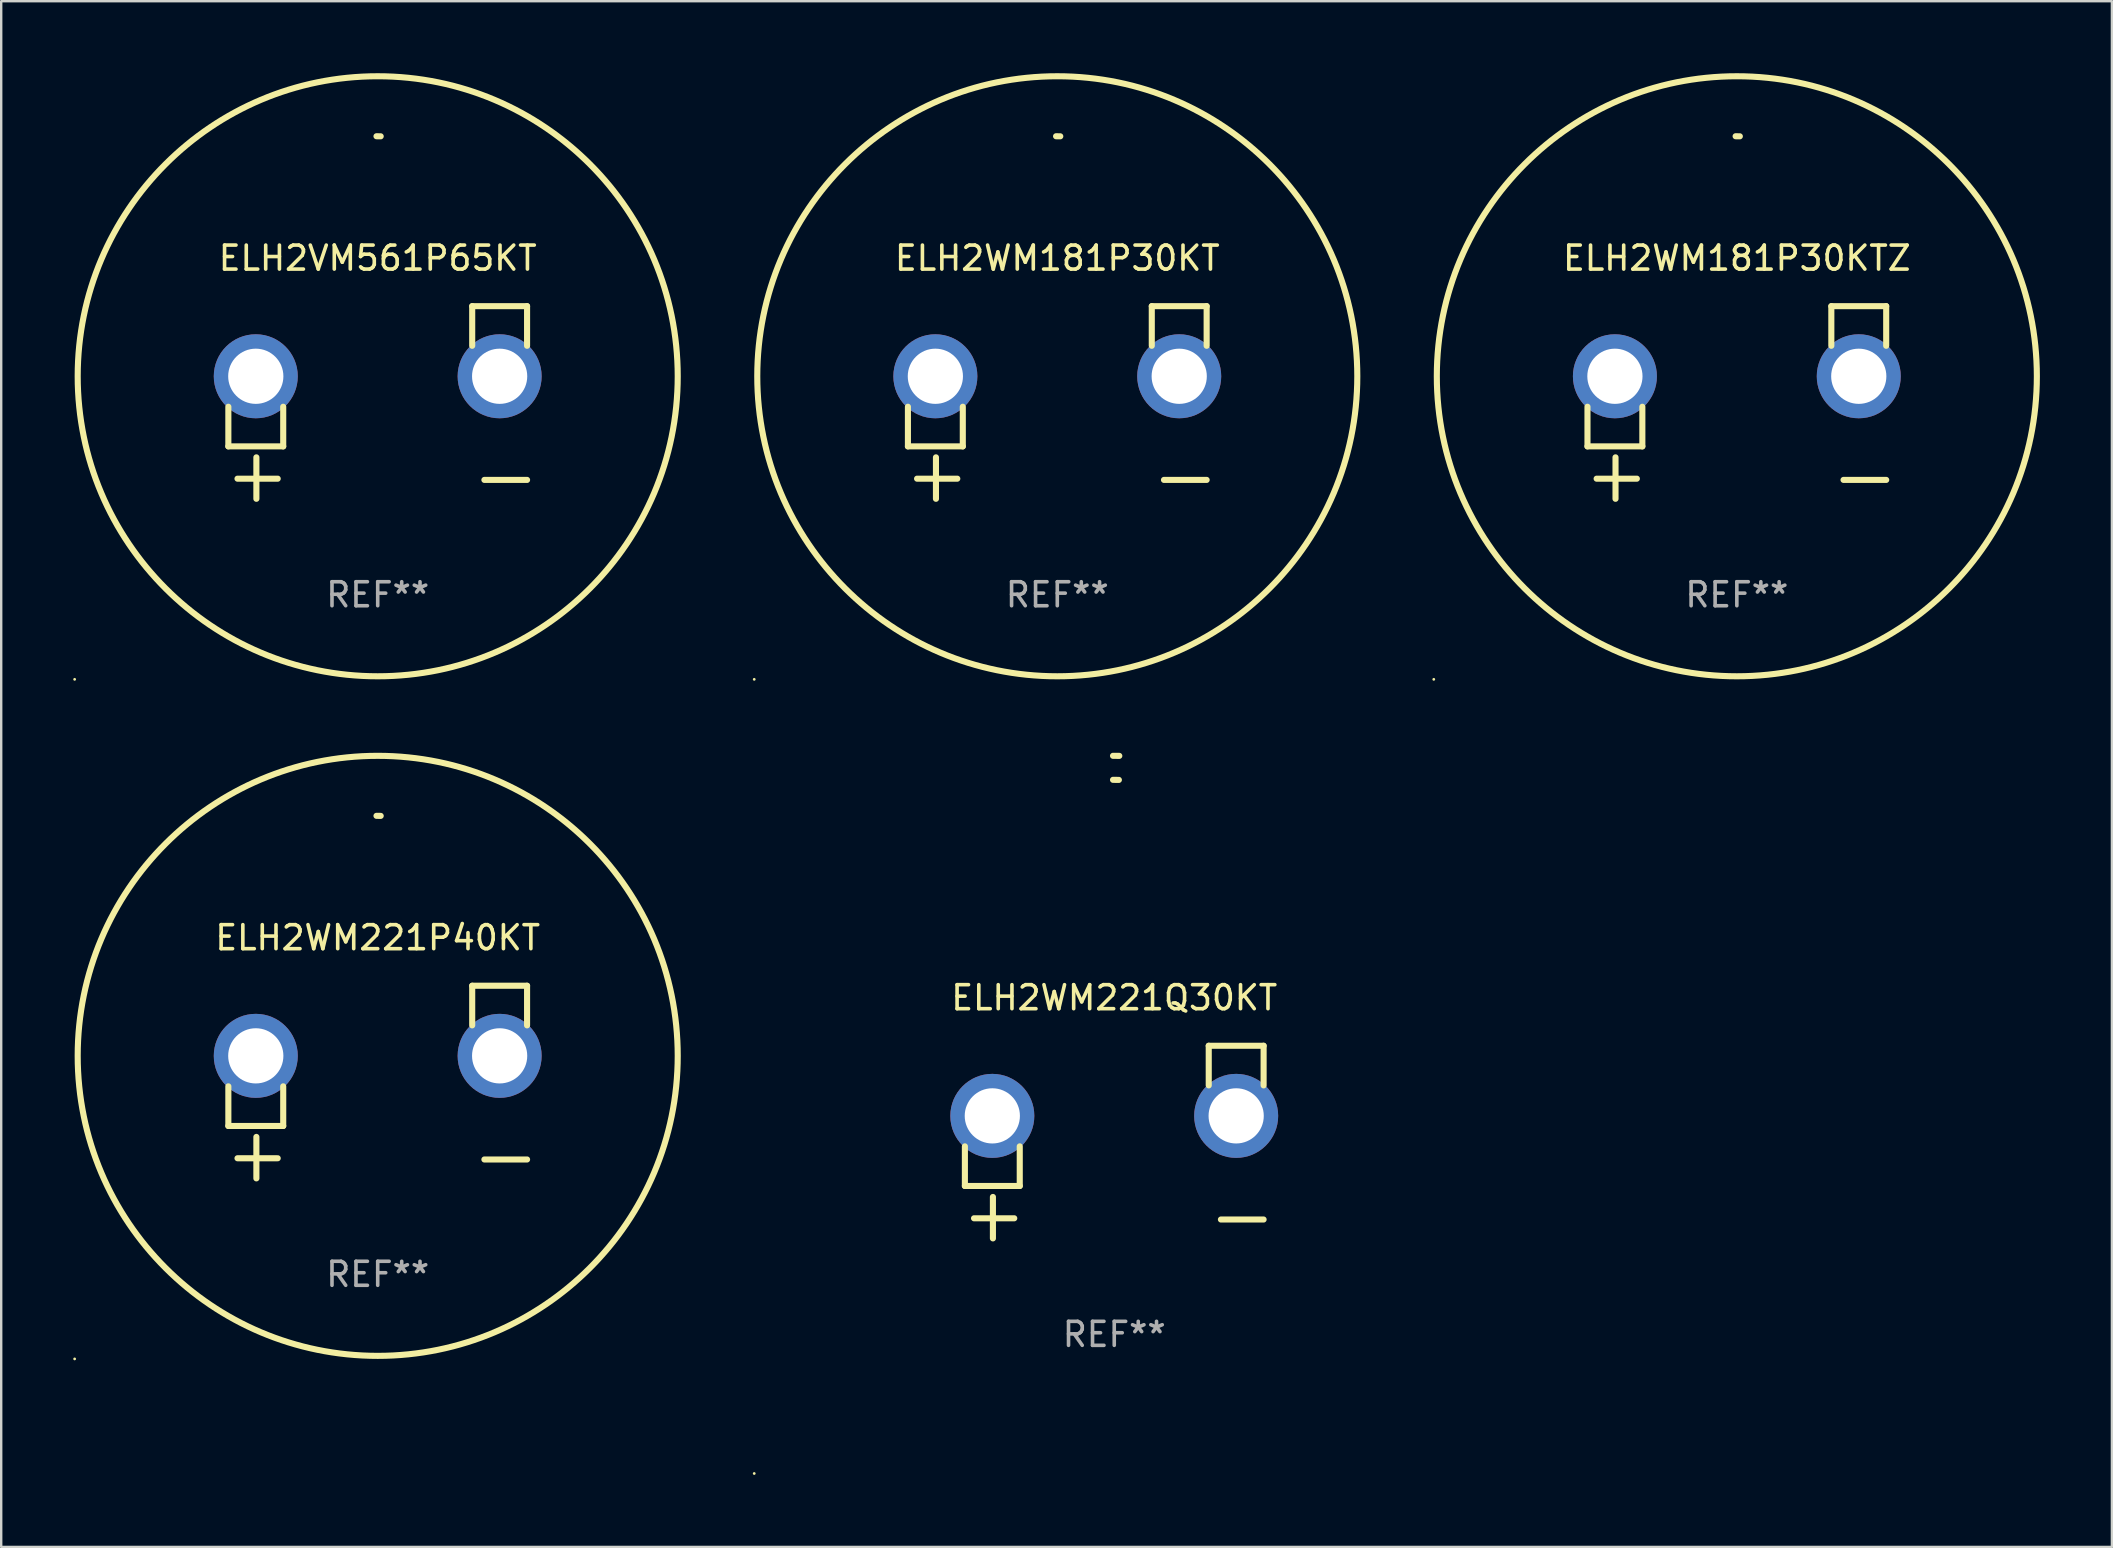
<source format=kicad_pcb>
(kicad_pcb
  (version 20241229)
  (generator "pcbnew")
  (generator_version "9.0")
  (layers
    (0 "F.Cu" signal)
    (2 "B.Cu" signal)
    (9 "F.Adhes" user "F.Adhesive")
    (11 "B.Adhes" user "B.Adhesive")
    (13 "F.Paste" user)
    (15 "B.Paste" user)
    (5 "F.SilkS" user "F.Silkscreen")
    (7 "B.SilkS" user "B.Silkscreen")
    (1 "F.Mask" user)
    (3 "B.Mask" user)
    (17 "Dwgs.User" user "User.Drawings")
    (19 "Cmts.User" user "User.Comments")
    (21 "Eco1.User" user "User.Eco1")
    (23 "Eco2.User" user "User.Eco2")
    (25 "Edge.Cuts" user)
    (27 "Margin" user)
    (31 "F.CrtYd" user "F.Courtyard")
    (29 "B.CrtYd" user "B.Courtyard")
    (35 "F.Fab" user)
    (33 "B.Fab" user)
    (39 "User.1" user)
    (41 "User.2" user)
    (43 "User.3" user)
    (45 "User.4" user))
  (footprint "ELH2WM221P40KT"
    (layer "F.Cu")
    (at 12.687 42.033)
    (property "Reference" "ELH2WM221P40KT" (at 0 -6.013 0) (layer "F.SilkS") (effects (font (size 1 1) (thickness 0.15))))
    (attr through_hole)
    (fp_line (start -6.223 0.178) (end -6.223 1.829) (stroke (width 0.254) (type solid)) (layer "F.SilkS"))
    (fp_line (start -6.223 1.829) (end -3.937 1.829) (stroke (width 0.254) (type solid)) (layer "F.SilkS"))
    (fp_line (start -5.055 4.013) (end -5.055 2.286) (stroke (width 0.254) (type solid)) (layer "F.SilkS"))
    (fp_line (start -4.166 3.175) (end -5.842 3.175) (stroke (width 0.254) (type solid)) (layer "F.SilkS"))
    (fp_line (start -3.937 1.829) (end -3.937 0.178) (stroke (width 0.254) (type solid)) (layer "F.SilkS"))
    (fp_line (start 3.937 -4.013) (end 3.937 -2.362) (stroke (width 0.254) (type solid)) (layer "F.SilkS"))
    (fp_line (start 6.223 -4.013) (end 3.937 -4.013) (stroke (width 0.254) (type solid)) (layer "F.SilkS"))
    (fp_line (start 6.223 -2.362) (end 6.223 -4.013) (stroke (width 0.254) (type solid)) (layer "F.SilkS"))
    (fp_line (start 6.223 3.226) (end 4.445 3.226) (stroke (width 0.254) (type solid)) (layer "F.SilkS"))
    (fp_arc (start -0.0508 -11.092202) (mid 0.036835 -11.091307) (end 0.12446 -11.089662) (stroke (width 0.254001) (type solid)) (layer "F.SilkS"))
    (fp_circle (center -12.627 11.535) (end -12.597 11.535) (stroke (width 0.06) (type solid)) (fill no) (layer "F.SilkS"))
    (fp_circle (center 0 -1.092) (end 12.5 -1.092) (stroke (width 0.254) (type solid)) (fill no) (layer "F.SilkS"))
    (fp_text user "REF**" (at 0 8.013 0) (layer "F.Fab") (effects (font (size 1 1) (thickness 0.15))))
    (pad "1" thru_hole circle (at -5.08 -1.092) (size 3.5 3.5) (drill 2.3) (layers "*.Cu" "*.Mask"))
    (pad "2" thru_hole circle (at 5.08 -1.092) (size 3.5 3.5) (drill 2.3) (layers "*.Cu" "*.Mask")))
  (footprint "ELH2WM181P30KT"
    (layer "F.Cu")
    (at 41.001 13.719)
    (property "Reference" "ELH2WM181P30KT" (at 0 -6.013 0) (layer "F.SilkS") (effects (font (size 1 1) (thickness 0.15))))
    (attr through_hole)
    (fp_line (start -6.223 0.178) (end -6.223 1.829) (stroke (width 0.254) (type solid)) (layer "F.SilkS"))
    (fp_line (start -6.223 1.829) (end -3.937 1.829) (stroke (width 0.254) (type solid)) (layer "F.SilkS"))
    (fp_line (start -5.055 4.013) (end -5.055 2.286) (stroke (width 0.254) (type solid)) (layer "F.SilkS"))
    (fp_line (start -4.166 3.175) (end -5.842 3.175) (stroke (width 0.254) (type solid)) (layer "F.SilkS"))
    (fp_line (start -3.937 1.829) (end -3.937 0.178) (stroke (width 0.254) (type solid)) (layer "F.SilkS"))
    (fp_line (start 3.937 -4.013) (end 3.937 -2.362) (stroke (width 0.254) (type solid)) (layer "F.SilkS"))
    (fp_line (start 6.223 -4.013) (end 3.937 -4.013) (stroke (width 0.254) (type solid)) (layer "F.SilkS"))
    (fp_line (start 6.223 -2.362) (end 6.223 -4.013) (stroke (width 0.254) (type solid)) (layer "F.SilkS"))
    (fp_line (start 6.223 3.226) (end 4.445 3.226) (stroke (width 0.254) (type solid)) (layer "F.SilkS"))
    (fp_arc (start -0.0508 -11.092202) (mid 0.036835 -11.091307) (end 0.12446 -11.089662) (stroke (width 0.254001) (type solid)) (layer "F.SilkS"))
    (fp_circle (center -12.627 11.535) (end -12.597 11.535) (stroke (width 0.06) (type solid)) (fill no) (layer "F.SilkS"))
    (fp_circle (center 0 -1.092) (end 12.5 -1.092) (stroke (width 0.254) (type solid)) (fill no) (layer "F.SilkS"))
    (fp_text user "REF**" (at 0 8.013 0) (layer "F.Fab") (effects (font (size 1 1) (thickness 0.15))))
    (pad "1" thru_hole circle (at -5.08 -1.092) (size 3.5 3.5) (drill 2.3) (layers "*.Cu" "*.Mask"))
    (pad "2" thru_hole circle (at 5.08 -1.092) (size 3.5 3.5) (drill 2.3) (layers "*.Cu" "*.Mask")))
  (footprint "ELH2WM181P30KTZ"
    (layer "F.Cu")
    (at 69.314 13.719)
    (property "Reference" "ELH2WM181P30KTZ" (at 0 -6.013 0) (layer "F.SilkS") (effects (font (size 1 1) (thickness 0.15))))
    (attr through_hole)
    (fp_line (start -6.223 0.178) (end -6.223 1.829) (stroke (width 0.254) (type solid)) (layer "F.SilkS"))
    (fp_line (start -6.223 1.829) (end -3.937 1.829) (stroke (width 0.254) (type solid)) (layer "F.SilkS"))
    (fp_line (start -5.055 4.013) (end -5.055 2.286) (stroke (width 0.254) (type solid)) (layer "F.SilkS"))
    (fp_line (start -4.166 3.175) (end -5.842 3.175) (stroke (width 0.254) (type solid)) (layer "F.SilkS"))
    (fp_line (start -3.937 1.829) (end -3.937 0.178) (stroke (width 0.254) (type solid)) (layer "F.SilkS"))
    (fp_line (start 3.937 -4.013) (end 3.937 -2.362) (stroke (width 0.254) (type solid)) (layer "F.SilkS"))
    (fp_line (start 6.223 -4.013) (end 3.937 -4.013) (stroke (width 0.254) (type solid)) (layer "F.SilkS"))
    (fp_line (start 6.223 -2.362) (end 6.223 -4.013) (stroke (width 0.254) (type solid)) (layer "F.SilkS"))
    (fp_line (start 6.223 3.226) (end 4.445 3.226) (stroke (width 0.254) (type solid)) (layer "F.SilkS"))
    (fp_arc (start -0.0508 -11.092202) (mid 0.036835 -11.091307) (end 0.12446 -11.089662) (stroke (width 0.254001) (type solid)) (layer "F.SilkS"))
    (fp_circle (center -12.627 11.535) (end -12.597 11.535) (stroke (width 0.06) (type solid)) (fill no) (layer "F.SilkS"))
    (fp_circle (center 0 -1.092) (end 12.5 -1.092) (stroke (width 0.254) (type solid)) (fill no) (layer "F.SilkS"))
    (fp_text user "REF**" (at 0 8.013 0) (layer "F.Fab") (effects (font (size 1 1) (thickness 0.15))))
    (pad "1" thru_hole circle (at -5.08 -1.092) (size 3.5 3.5) (drill 2.3) (layers "*.Cu" "*.Mask"))
    (pad "2" thru_hole circle (at 5.08 -1.092) (size 3.5 3.5) (drill 2.3) (layers "*.Cu" "*.Mask")))
  (footprint "ELH2WM221Q30KT"
    (layer "F.Cu")
    (at 43.374 44.534)
    (property "Reference" "ELH2WM221Q30KT" (at 0 -6.013 0) (layer "F.SilkS") (effects (font (size 1 1) (thickness 0.15))))
    (attr through_hole)
    (fp_line (start -6.223 0.178) (end -6.223 1.829) (stroke (width 0.254) (type solid)) (layer "F.SilkS"))
    (fp_line (start -6.223 1.829) (end -3.937 1.829) (stroke (width 0.254) (type solid)) (layer "F.SilkS"))
    (fp_line (start -5.055 4.013) (end -5.055 2.286) (stroke (width 0.254) (type solid)) (layer "F.SilkS"))
    (fp_line (start -4.166 3.175) (end -5.842 3.175) (stroke (width 0.254) (type solid)) (layer "F.SilkS"))
    (fp_line (start -3.937 1.829) (end -3.937 0.178) (stroke (width 0.254) (type solid)) (layer "F.SilkS"))
    (fp_line (start 3.937 -4.013) (end 3.937 -2.362) (stroke (width 0.254) (type solid)) (layer "F.SilkS"))
    (fp_line (start 6.223 -4.013) (end 3.937 -4.013) (stroke (width 0.254) (type solid)) (layer "F.SilkS"))
    (fp_line (start 6.223 -2.362) (end 6.223 -4.013) (stroke (width 0.254) (type solid)) (layer "F.SilkS"))
    (fp_line (start 6.223 3.226) (end 4.445 3.226) (stroke (width 0.254) (type solid)) (layer "F.SilkS"))
    (fp_arc (start -0.0508 -16.093472) (mid 0.080016 -16.092762) (end 0.210821 -16.090932) (stroke (width 0.254001) (type solid)) (layer "F.SilkS"))
    (fp_arc (start -0.0508 -15.09271) (mid 0.071125 -15.091961) (end 0.19304 -15.09017) (stroke (width 0.254001) (type solid)) (layer "F.SilkS"))
    (fp_circle (center -15 13.808) (end -14.97 13.808) (stroke (width 0.06) (type solid)) (fill no) (layer "F.SilkS"))
    (fp_text user "REF**" (at 0 8.013 0) (layer "F.Fab") (effects (font (size 1 1) (thickness 0.15))))
    (pad "1" thru_hole circle (at -5.08 -1.092) (size 3.5 3.5) (drill 2.3) (layers "*.Cu" "*.Mask"))
    (pad "2" thru_hole circle (at 5.08 -1.092) (size 3.5 3.5) (drill 2.3) (layers "*.Cu" "*.Mask")))
  (footprint "ELH2VM561P65KT"
    (layer "F.Cu")
    (at 12.687 13.719)
    (property "Reference" "ELH2VM561P65KT" (at 0 -6.013 0) (layer "F.SilkS") (effects (font (size 1 1) (thickness 0.15))))
    (attr through_hole)
    (fp_line (start -6.223 0.178) (end -6.223 1.829) (stroke (width 0.254) (type solid)) (layer "F.SilkS"))
    (fp_line (start -6.223 1.829) (end -3.937 1.829) (stroke (width 0.254) (type solid)) (layer "F.SilkS"))
    (fp_line (start -5.055 4.013) (end -5.055 2.286) (stroke (width 0.254) (type solid)) (layer "F.SilkS"))
    (fp_line (start -4.166 3.175) (end -5.842 3.175) (stroke (width 0.254) (type solid)) (layer "F.SilkS"))
    (fp_line (start -3.937 1.829) (end -3.937 0.178) (stroke (width 0.254) (type solid)) (layer "F.SilkS"))
    (fp_line (start 3.937 -4.013) (end 3.937 -2.362) (stroke (width 0.254) (type solid)) (layer "F.SilkS"))
    (fp_line (start 6.223 -4.013) (end 3.937 -4.013) (stroke (width 0.254) (type solid)) (layer "F.SilkS"))
    (fp_line (start 6.223 -2.362) (end 6.223 -4.013) (stroke (width 0.254) (type solid)) (layer "F.SilkS"))
    (fp_line (start 6.223 3.226) (end 4.445 3.226) (stroke (width 0.254) (type solid)) (layer "F.SilkS"))
    (fp_arc (start -0.0508 -11.092202) (mid 0.036835 -11.091307) (end 0.12446 -11.089662) (stroke (width 0.254001) (type solid)) (layer "F.SilkS"))
    (fp_circle (center -12.627 11.535) (end -12.597 11.535) (stroke (width 0.06) (type solid)) (fill no) (layer "F.SilkS"))
    (fp_circle (center 0 -1.092) (end 12.5 -1.092) (stroke (width 0.254) (type solid)) (fill no) (layer "F.SilkS"))
    (fp_text user "REF**" (at 0 8.013 0) (layer "F.Fab") (effects (font (size 1 1) (thickness 0.15))))
    (pad "1" thru_hole circle (at -5.08 -1.092) (size 3.5 3.5) (drill 2.3) (layers "*.Cu" "*.Mask"))
    (pad "2" thru_hole circle (at 5.08 -1.092) (size 3.5 3.5) (drill 2.3) (layers "*.Cu" "*.Mask")))
  (gr_rect
    (start -3 -3)
    (end 84.941 61.402)
    (stroke (width 0.1) (type default))
    (fill no)
    (layer "Edge.Cuts")))
</source>
